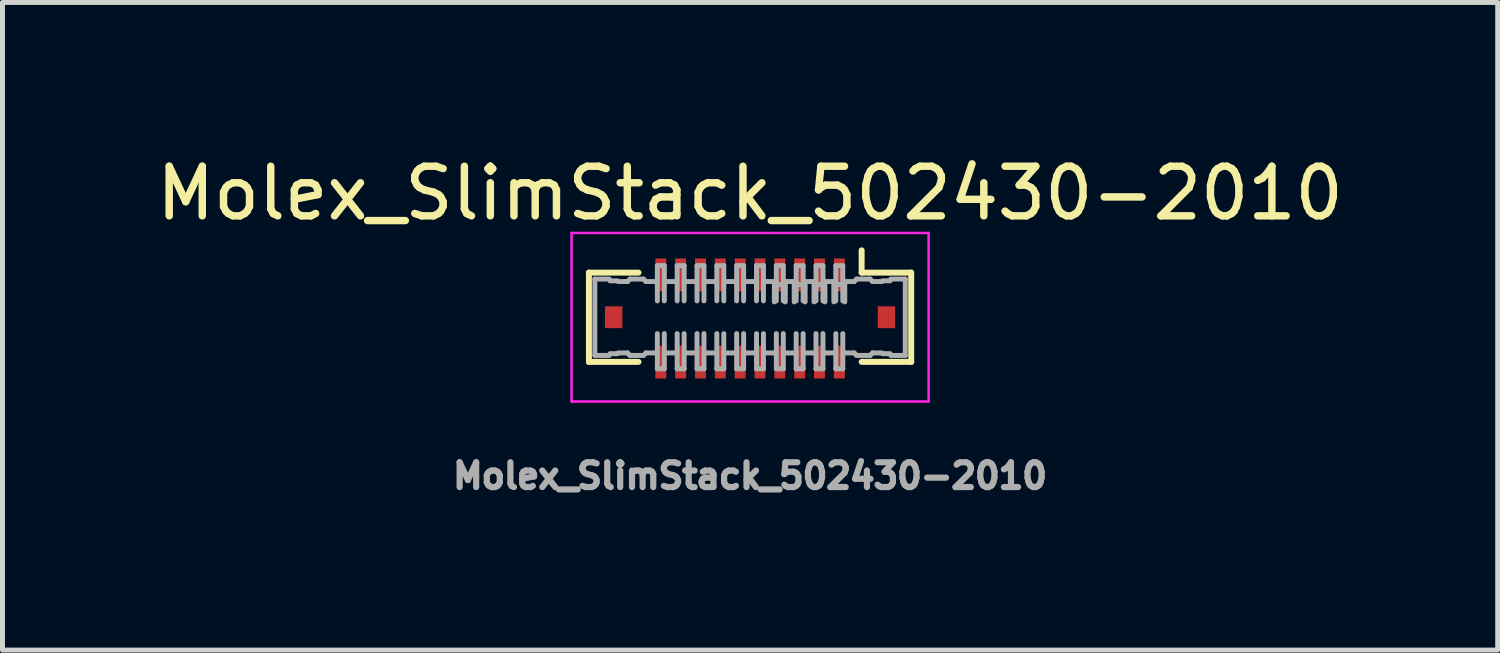
<source format=kicad_pcb>
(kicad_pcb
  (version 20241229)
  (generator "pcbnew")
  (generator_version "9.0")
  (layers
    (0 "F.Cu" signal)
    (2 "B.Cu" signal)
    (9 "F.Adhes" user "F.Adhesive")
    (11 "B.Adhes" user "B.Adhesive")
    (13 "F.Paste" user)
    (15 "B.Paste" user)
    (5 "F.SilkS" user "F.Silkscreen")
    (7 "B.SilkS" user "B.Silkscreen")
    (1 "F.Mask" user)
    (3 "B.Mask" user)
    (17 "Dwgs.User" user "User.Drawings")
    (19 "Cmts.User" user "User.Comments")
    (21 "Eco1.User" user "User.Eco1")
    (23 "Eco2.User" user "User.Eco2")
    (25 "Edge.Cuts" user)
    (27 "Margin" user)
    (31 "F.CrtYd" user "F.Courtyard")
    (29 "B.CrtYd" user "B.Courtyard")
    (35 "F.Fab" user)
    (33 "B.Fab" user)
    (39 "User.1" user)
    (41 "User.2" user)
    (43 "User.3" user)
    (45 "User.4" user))
  (footprint "Molex_SlimStack_502430-2010"
    (layer "F.Cu")
    (at 12.077 3.348)
    (property "Reference" "Molex_SlimStack_502430-2010" (at 0 -2.5 180) (layer "F.SilkS") (effects (font (size 1 1) (thickness 0.15))))
    (attr smd)
    (fp_line (start -3.25 -0.9) (end -2.25 -0.9) (stroke (width 0.12) (type solid)) (layer "F.SilkS"))
    (fp_line (start -3.25 0.9) (end -3.25 -0.9) (stroke (width 0.12) (type solid)) (layer "F.SilkS"))
    (fp_line (start -2.25 0.9) (end -3.25 0.9) (stroke (width 0.12) (type solid)) (layer "F.SilkS"))
    (fp_line (start 2.25 -0.9) (end 2.25 -1.35) (stroke (width 0.12) (type solid)) (layer "F.SilkS"))
    (fp_line (start 2.25 0.9) (end 3.25 0.9) (stroke (width 0.12) (type solid)) (layer "F.SilkS"))
    (fp_line (start 3.25 -0.9) (end 2.25 -0.9) (stroke (width 0.12) (type solid)) (layer "F.SilkS"))
    (fp_line (start 3.25 0.9) (end 3.25 -0.9) (stroke (width 0.12) (type solid)) (layer "F.SilkS"))
    (fp_line (start -3.6 -1.7) (end -3.6 1.7) (stroke (width 0.05) (type solid)) (layer "F.CrtYd"))
    (fp_line (start -3.6 1.7) (end 3.6 1.7) (stroke (width 0.05) (type solid)) (layer "F.CrtYd"))
    (fp_line (start 3.6 -1.7) (end -3.6 -1.7) (stroke (width 0.05) (type solid)) (layer "F.CrtYd"))
    (fp_line (start 3.6 1.7) (end 3.6 -1.7) (stroke (width 0.05) (type solid)) (layer "F.CrtYd"))
    (fp_line (start -3.13 -0.77) (end -2.84 -0.77) (stroke (width 0.1) (type solid)) (layer "F.Fab"))
    (fp_line (start -3.13 0.77) (end -3.13 -0.77) (stroke (width 0.1) (type solid)) (layer "F.Fab"))
    (fp_line (start -2.84 0.77) (end -3.13 0.77) (stroke (width 0.1) (type solid)) (layer "F.Fab"))
    (fp_line (start -2.825 -0.735) (end -2.675 -0.735) (stroke (width 0.1) (type solid)) (layer "F.Fab"))
    (fp_line (start -2.825 0.735) (end -2.675 0.735) (stroke (width 0.1) (type solid)) (layer "F.Fab"))
    (fp_line (start -2.66 -0.72) (end -2.47 -0.72) (stroke (width 0.1) (type solid)) (layer "F.Fab"))
    (fp_line (start -2.47 -0.72) (end -2.42 -0.77) (stroke (width 0.1) (type solid)) (layer "F.Fab"))
    (fp_line (start -2.47 0.72) (end -2.66 0.72) (stroke (width 0.1) (type solid)) (layer "F.Fab"))
    (fp_line (start -2.42 -0.77) (end -2.15 -0.77) (stroke (width 0.1) (type solid)) (layer "F.Fab"))
    (fp_line (start -2.42 0.77) (end -2.47 0.72) (stroke (width 0.1) (type solid)) (layer "F.Fab"))
    (fp_line (start -2.15 -0.77) (end -2.1 -0.72) (stroke (width 0.1) (type solid)) (layer "F.Fab"))
    (fp_line (start -2.15 0.77) (end -2.42 0.77) (stroke (width 0.1) (type solid)) (layer "F.Fab"))
    (fp_line (start -2.1 -0.72) (end -1.91 -0.72) (stroke (width 0.1) (type solid)) (layer "F.Fab"))
    (fp_line (start -2.1 0.72) (end -2.15 0.77) (stroke (width 0.1) (type solid)) (layer "F.Fab"))
    (fp_line (start -1.91 0.72) (end -2.1 0.72) (stroke (width 0.1) (type solid)) (layer "F.Fab"))
    (fp_line (start -1.87 -1.04) (end -1.87 -0.33) (stroke (width 0.1) (type solid)) (layer "F.Fab"))
    (fp_line (start -1.87 0.33) (end -1.87 1.04) (stroke (width 0.1) (type solid)) (layer "F.Fab"))
    (fp_line (start -1.73 -1.04) (end -1.87 -1.04) (stroke (width 0.1) (type solid)) (layer "F.Fab"))
    (fp_line (start -1.73 -1.04) (end -1.73 -0.33) (stroke (width 0.1) (type solid)) (layer "F.Fab"))
    (fp_line (start -1.73 0.33) (end -1.73 1.04) (stroke (width 0.1) (type solid)) (layer "F.Fab"))
    (fp_line (start -1.73 1.04) (end -1.87 1.04) (stroke (width 0.1) (type solid)) (layer "F.Fab"))
    (fp_line (start -1.69 -0.72) (end -1.51 -0.72) (stroke (width 0.1) (type solid)) (layer "F.Fab"))
    (fp_line (start -1.51 0.72) (end -1.69 0.72) (stroke (width 0.1) (type solid)) (layer "F.Fab"))
    (fp_line (start -1.47 -1.04) (end -1.47 -0.33) (stroke (width 0.1) (type solid)) (layer "F.Fab"))
    (fp_line (start -1.47 0.33) (end -1.47 1.04) (stroke (width 0.1) (type solid)) (layer "F.Fab"))
    (fp_line (start -1.33 -1.04) (end -1.47 -1.04) (stroke (width 0.1) (type solid)) (layer "F.Fab"))
    (fp_line (start -1.33 -1.04) (end -1.33 -0.33) (stroke (width 0.1) (type solid)) (layer "F.Fab"))
    (fp_line (start -1.33 0.33) (end -1.33 1.04) (stroke (width 0.1) (type solid)) (layer "F.Fab"))
    (fp_line (start -1.33 1.04) (end -1.47 1.04) (stroke (width 0.1) (type solid)) (layer "F.Fab"))
    (fp_line (start -1.29 -0.72) (end -1.11 -0.72) (stroke (width 0.1) (type solid)) (layer "F.Fab"))
    (fp_line (start -1.11 0.72) (end -1.29 0.72) (stroke (width 0.1) (type solid)) (layer "F.Fab"))
    (fp_line (start -1.07 -1.04) (end -1.07 -0.33) (stroke (width 0.1) (type solid)) (layer "F.Fab"))
    (fp_line (start -1.07 0.33) (end -1.07 1.04) (stroke (width 0.1) (type solid)) (layer "F.Fab"))
    (fp_line (start -0.93 -1.04) (end -1.07 -1.04) (stroke (width 0.1) (type solid)) (layer "F.Fab"))
    (fp_line (start -0.93 -1.04) (end -0.93 -0.33) (stroke (width 0.1) (type solid)) (layer "F.Fab"))
    (fp_line (start -0.93 0.33) (end -0.93 1.04) (stroke (width 0.1) (type solid)) (layer "F.Fab"))
    (fp_line (start -0.93 1.04) (end -1.07 1.04) (stroke (width 0.1) (type solid)) (layer "F.Fab"))
    (fp_line (start -0.89 -0.72) (end -0.71 -0.72) (stroke (width 0.1) (type solid)) (layer "F.Fab"))
    (fp_line (start -0.71 0.72) (end -0.89 0.72) (stroke (width 0.1) (type solid)) (layer "F.Fab"))
    (fp_line (start -0.67 -1.04) (end -0.67 -0.33) (stroke (width 0.1) (type solid)) (layer "F.Fab"))
    (fp_line (start -0.67 0.33) (end -0.67 1.04) (stroke (width 0.1) (type solid)) (layer "F.Fab"))
    (fp_line (start -0.53 -1.04) (end -0.67 -1.04) (stroke (width 0.1) (type solid)) (layer "F.Fab"))
    (fp_line (start -0.53 -1.04) (end -0.53 -0.33) (stroke (width 0.1) (type solid)) (layer "F.Fab"))
    (fp_line (start -0.53 0.33) (end -0.53 1.04) (stroke (width 0.1) (type solid)) (layer "F.Fab"))
    (fp_line (start -0.53 1.04) (end -0.67 1.04) (stroke (width 0.1) (type solid)) (layer "F.Fab"))
    (fp_line (start -0.49 -0.72) (end -0.31 -0.72) (stroke (width 0.1) (type solid)) (layer "F.Fab"))
    (fp_line (start -0.31 0.72) (end -0.49 0.72) (stroke (width 0.1) (type solid)) (layer "F.Fab"))
    (fp_line (start -0.27 -1.04) (end -0.27 -0.33) (stroke (width 0.1) (type solid)) (layer "F.Fab"))
    (fp_line (start -0.27 0.33) (end -0.27 1.04) (stroke (width 0.1) (type solid)) (layer "F.Fab"))
    (fp_line (start -0.13 -1.04) (end -0.27 -1.04) (stroke (width 0.1) (type solid)) (layer "F.Fab"))
    (fp_line (start -0.13 -1.04) (end -0.13 -0.33) (stroke (width 0.1) (type solid)) (layer "F.Fab"))
    (fp_line (start -0.13 0.33) (end -0.13 1.04) (stroke (width 0.1) (type solid)) (layer "F.Fab"))
    (fp_line (start -0.13 1.04) (end -0.27 1.04) (stroke (width 0.1) (type solid)) (layer "F.Fab"))
    (fp_line (start -0.09 -0.72) (end 0.09 -0.72) (stroke (width 0.1) (type solid)) (layer "F.Fab"))
    (fp_line (start 0.09 0.72) (end -0.09 0.72) (stroke (width 0.1) (type solid)) (layer "F.Fab"))
    (fp_line (start 0.13 -1.04) (end 0.13 -0.33) (stroke (width 0.1) (type solid)) (layer "F.Fab"))
    (fp_line (start 0.13 0.33) (end 0.13 1.04) (stroke (width 0.1) (type solid)) (layer "F.Fab"))
    (fp_line (start 0.27 -1.04) (end 0.13 -1.04) (stroke (width 0.1) (type solid)) (layer "F.Fab"))
    (fp_line (start 0.27 -1.04) (end 0.27 -0.33) (stroke (width 0.1) (type solid)) (layer "F.Fab"))
    (fp_line (start 0.27 0.33) (end 0.27 1.04) (stroke (width 0.1) (type solid)) (layer "F.Fab"))
    (fp_line (start 0.27 1.04) (end 0.13 1.04) (stroke (width 0.1) (type solid)) (layer "F.Fab"))
    (fp_line (start 0.31 -0.72) (end 0.49 -0.72) (stroke (width 0.1) (type solid)) (layer "F.Fab"))
    (fp_line (start 0.49 -0.31) (end 0.49 -0.72) (stroke (width 0.1) (type solid)) (layer "F.Fab"))
    (fp_line (start 0.49 0.72) (end 0.31 0.72) (stroke (width 0.1) (type solid)) (layer "F.Fab"))
    (fp_line (start 0.5 -0.66) (end 0.5 -0.55) (stroke (width 0.1) (type solid)) (layer "F.Fab"))
    (fp_line (start 0.5 -0.66) (end 0.7 -0.66) (stroke (width 0.1) (type solid)) (layer "F.Fab"))
    (fp_line (start 0.53 -1.04) (end 0.53 -0.33) (stroke (width 0.1) (type solid)) (layer "F.Fab"))
    (fp_line (start 0.53 0.33) (end 0.53 1.04) (stroke (width 0.1) (type solid)) (layer "F.Fab"))
    (fp_line (start 0.67 -1.04) (end 0.53 -1.04) (stroke (width 0.1) (type solid)) (layer "F.Fab"))
    (fp_line (start 0.67 -1.04) (end 0.67 -0.33) (stroke (width 0.1) (type solid)) (layer "F.Fab"))
    (fp_line (start 0.67 0.33) (end 0.67 1.04) (stroke (width 0.1) (type solid)) (layer "F.Fab"))
    (fp_line (start 0.67 1.04) (end 0.53 1.04) (stroke (width 0.1) (type solid)) (layer "F.Fab"))
    (fp_line (start 0.7 -0.66) (end 0.7 -0.55) (stroke (width 0.1) (type solid)) (layer "F.Fab"))
    (fp_line (start 0.71 -0.72) (end 0.71 -0.31) (stroke (width 0.1) (type solid)) (layer "F.Fab"))
    (fp_line (start 0.71 -0.72) (end 0.89 -0.72) (stroke (width 0.1) (type solid)) (layer "F.Fab"))
    (fp_line (start 0.89 -0.31) (end 0.89 -0.72) (stroke (width 0.1) (type solid)) (layer "F.Fab"))
    (fp_line (start 0.89 0.72) (end 0.71 0.72) (stroke (width 0.1) (type solid)) (layer "F.Fab"))
    (fp_line (start 0.9 -0.66) (end 0.9 -0.55) (stroke (width 0.1) (type solid)) (layer "F.Fab"))
    (fp_line (start 0.9 -0.66) (end 1.1 -0.66) (stroke (width 0.1) (type solid)) (layer "F.Fab"))
    (fp_line (start 0.93 -1.04) (end 0.93 -0.33) (stroke (width 0.1) (type solid)) (layer "F.Fab"))
    (fp_line (start 0.93 0.33) (end 0.93 1.04) (stroke (width 0.1) (type solid)) (layer "F.Fab"))
    (fp_line (start 1.07 -1.04) (end 0.93 -1.04) (stroke (width 0.1) (type solid)) (layer "F.Fab"))
    (fp_line (start 1.07 -1.04) (end 1.07 -0.33) (stroke (width 0.1) (type solid)) (layer "F.Fab"))
    (fp_line (start 1.07 0.33) (end 1.07 1.04) (stroke (width 0.1) (type solid)) (layer "F.Fab"))
    (fp_line (start 1.07 1.04) (end 0.93 1.04) (stroke (width 0.1) (type solid)) (layer "F.Fab"))
    (fp_line (start 1.1 -0.66) (end 1.1 -0.55) (stroke (width 0.1) (type solid)) (layer "F.Fab"))
    (fp_line (start 1.11 -0.72) (end 1.11 -0.31) (stroke (width 0.1) (type solid)) (layer "F.Fab"))
    (fp_line (start 1.11 -0.72) (end 1.29 -0.72) (stroke (width 0.1) (type solid)) (layer "F.Fab"))
    (fp_line (start 1.29 -0.31) (end 1.29 -0.72) (stroke (width 0.1) (type solid)) (layer "F.Fab"))
    (fp_line (start 1.29 0.72) (end 1.11 0.72) (stroke (width 0.1) (type solid)) (layer "F.Fab"))
    (fp_line (start 1.3 -0.66) (end 1.3 -0.55) (stroke (width 0.1) (type solid)) (layer "F.Fab"))
    (fp_line (start 1.3 -0.66) (end 1.5 -0.66) (stroke (width 0.1) (type solid)) (layer "F.Fab"))
    (fp_line (start 1.33 -1.04) (end 1.33 -0.33) (stroke (width 0.1) (type solid)) (layer "F.Fab"))
    (fp_line (start 1.33 0.33) (end 1.33 1.04) (stroke (width 0.1) (type solid)) (layer "F.Fab"))
    (fp_line (start 1.47 -1.04) (end 1.33 -1.04) (stroke (width 0.1) (type solid)) (layer "F.Fab"))
    (fp_line (start 1.47 -1.04) (end 1.47 -0.33) (stroke (width 0.1) (type solid)) (layer "F.Fab"))
    (fp_line (start 1.47 0.33) (end 1.47 1.04) (stroke (width 0.1) (type solid)) (layer "F.Fab"))
    (fp_line (start 1.47 1.04) (end 1.33 1.04) (stroke (width 0.1) (type solid)) (layer "F.Fab"))
    (fp_line (start 1.5 -0.66) (end 1.5 -0.55) (stroke (width 0.1) (type solid)) (layer "F.Fab"))
    (fp_line (start 1.51 -0.72) (end 1.51 -0.31) (stroke (width 0.1) (type solid)) (layer "F.Fab"))
    (fp_line (start 1.51 -0.72) (end 1.69 -0.72) (stroke (width 0.1) (type solid)) (layer "F.Fab"))
    (fp_line (start 1.69 -0.31) (end 1.69 -0.72) (stroke (width 0.1) (type solid)) (layer "F.Fab"))
    (fp_line (start 1.69 0.72) (end 1.51 0.72) (stroke (width 0.1) (type solid)) (layer "F.Fab"))
    (fp_line (start 1.7 -0.66) (end 1.7 -0.55) (stroke (width 0.1) (type solid)) (layer "F.Fab"))
    (fp_line (start 1.7 -0.66) (end 1.9 -0.66) (stroke (width 0.1) (type solid)) (layer "F.Fab"))
    (fp_line (start 1.73 -1.04) (end 1.73 -0.33) (stroke (width 0.1) (type solid)) (layer "F.Fab"))
    (fp_line (start 1.73 0.33) (end 1.73 1.04) (stroke (width 0.1) (type solid)) (layer "F.Fab"))
    (fp_line (start 1.87 -1.04) (end 1.73 -1.04) (stroke (width 0.1) (type solid)) (layer "F.Fab"))
    (fp_line (start 1.87 -1.04) (end 1.87 -0.33) (stroke (width 0.1) (type solid)) (layer "F.Fab"))
    (fp_line (start 1.87 0.33) (end 1.87 1.04) (stroke (width 0.1) (type solid)) (layer "F.Fab"))
    (fp_line (start 1.87 1.04) (end 1.73 1.04) (stroke (width 0.1) (type solid)) (layer "F.Fab"))
    (fp_line (start 1.9 -0.66) (end 1.9 -0.55) (stroke (width 0.1) (type solid)) (layer "F.Fab"))
    (fp_line (start 1.91 -0.72) (end 1.91 -0.31) (stroke (width 0.1) (type solid)) (layer "F.Fab"))
    (fp_line (start 1.91 -0.72) (end 2.1 -0.72) (stroke (width 0.1) (type solid)) (layer "F.Fab"))
    (fp_line (start 2.1 -0.72) (end 2.15 -0.77) (stroke (width 0.1) (type solid)) (layer "F.Fab"))
    (fp_line (start 2.1 0.72) (end 1.91 0.72) (stroke (width 0.1) (type solid)) (layer "F.Fab"))
    (fp_line (start 2.15 -0.77) (end 2.42 -0.77) (stroke (width 0.1) (type solid)) (layer "F.Fab"))
    (fp_line (start 2.15 0.77) (end 2.1 0.72) (stroke (width 0.1) (type solid)) (layer "F.Fab"))
    (fp_line (start 2.42 -0.77) (end 2.47 -0.72) (stroke (width 0.1) (type solid)) (layer "F.Fab"))
    (fp_line (start 2.42 0.77) (end 2.15 0.77) (stroke (width 0.1) (type solid)) (layer "F.Fab"))
    (fp_line (start 2.47 -0.72) (end 2.66 -0.72) (stroke (width 0.1) (type solid)) (layer "F.Fab"))
    (fp_line (start 2.47 0.72) (end 2.42 0.77) (stroke (width 0.1) (type solid)) (layer "F.Fab"))
    (fp_line (start 2.66 0.72) (end 2.47 0.72) (stroke (width 0.1) (type solid)) (layer "F.Fab"))
    (fp_line (start 2.825 -0.735) (end 2.675 -0.735) (stroke (width 0.1) (type solid)) (layer "F.Fab"))
    (fp_line (start 2.825 0.735) (end 2.675 0.735) (stroke (width 0.1) (type solid)) (layer "F.Fab"))
    (fp_line (start 2.84 -0.77) (end 3.13 -0.77) (stroke (width 0.1) (type solid)) (layer "F.Fab"))
    (fp_line (start 3.13 -0.77) (end 3.13 0.77) (stroke (width 0.1) (type solid)) (layer "F.Fab"))
    (fp_line (start 3.13 0.77) (end 2.84 0.77) (stroke (width 0.1) (type solid)) (layer "F.Fab"))
    (fp_text user "${REFERENCE}" (at 0 3.2 0) (layer "F.Fab") (effects (font (size 0.5 0.5) (thickness 0.125))))
    (pad "1" smd rect (at 1.8 -0.855) (size 0.22 0.66) (layers "F.Cu" "F.Mask" "F.Paste"))
    (pad "2" smd rect (at 1.8 0.905) (size 0.22 0.66) (layers "F.Cu" "F.Mask" "F.Paste"))
    (pad "3" smd rect (at 1.4 -0.855) (size 0.22 0.66) (layers "F.Cu" "F.Mask" "F.Paste"))
    (pad "4" smd rect (at 1.4 0.905) (size 0.22 0.66) (layers "F.Cu" "F.Mask" "F.Paste"))
    (pad "5" smd rect (at 1 -0.855) (size 0.22 0.66) (layers "F.Cu" "F.Mask" "F.Paste"))
    (pad "6" smd rect (at 1 0.905) (size 0.22 0.66) (layers "F.Cu" "F.Mask" "F.Paste"))
    (pad "7" smd rect (at 0.6 -0.855) (size 0.22 0.66) (layers "F.Cu" "F.Mask" "F.Paste"))
    (pad "8" smd rect (at 0.6 0.905) (size 0.22 0.66) (layers "F.Cu" "F.Mask" "F.Paste"))
    (pad "9" smd rect (at 0.2 -0.855) (size 0.22 0.66) (layers "F.Cu" "F.Mask" "F.Paste"))
    (pad "10" smd rect (at 0.2 0.905) (size 0.22 0.66) (layers "F.Cu" "F.Mask" "F.Paste"))
    (pad "11" smd rect (at -0.2 -0.855) (size 0.22 0.66) (layers "F.Cu" "F.Mask" "F.Paste"))
    (pad "12" smd rect (at -0.2 0.905) (size 0.22 0.66) (layers "F.Cu" "F.Mask" "F.Paste"))
    (pad "13" smd rect (at -0.6 -0.855) (size 0.22 0.66) (layers "F.Cu" "F.Mask" "F.Paste"))
    (pad "14" smd rect (at -0.6 0.905) (size 0.22 0.66) (layers "F.Cu" "F.Mask" "F.Paste"))
    (pad "15" smd rect (at -1 -0.855) (size 0.22 0.66) (layers "F.Cu" "F.Mask" "F.Paste"))
    (pad "16" smd rect (at -1 0.905) (size 0.22 0.66) (layers "F.Cu" "F.Mask" "F.Paste"))
    (pad "17" smd rect (at -1.4 -0.855) (size 0.22 0.66) (layers "F.Cu" "F.Mask" "F.Paste"))
    (pad "18" smd rect (at -1.4 0.905) (size 0.22 0.66) (layers "F.Cu" "F.Mask" "F.Paste"))
    (pad "19" smd rect (at -1.8 -0.855) (size 0.22 0.66) (layers "F.Cu" "F.Mask" "F.Paste"))
    (pad "20" smd rect (at -1.8 0.905) (size 0.22 0.66) (layers "F.Cu" "F.Mask" "F.Paste"))
    (pad "21" smd rect (at -2.75 0) (size 0.35 0.44) (layers "F.Cu" "F.Mask" "F.Paste"))
    (pad "21" smd rect (at 2.75 0) (size 0.35 0.44) (layers "F.Cu" "F.Mask" "F.Paste")))
  (gr_rect
    (start -3 -3)
    (end 27.155 10.06)
    (stroke (width 0.1) (type default))
    (fill no)
    (layer "Edge.Cuts")))
</source>
